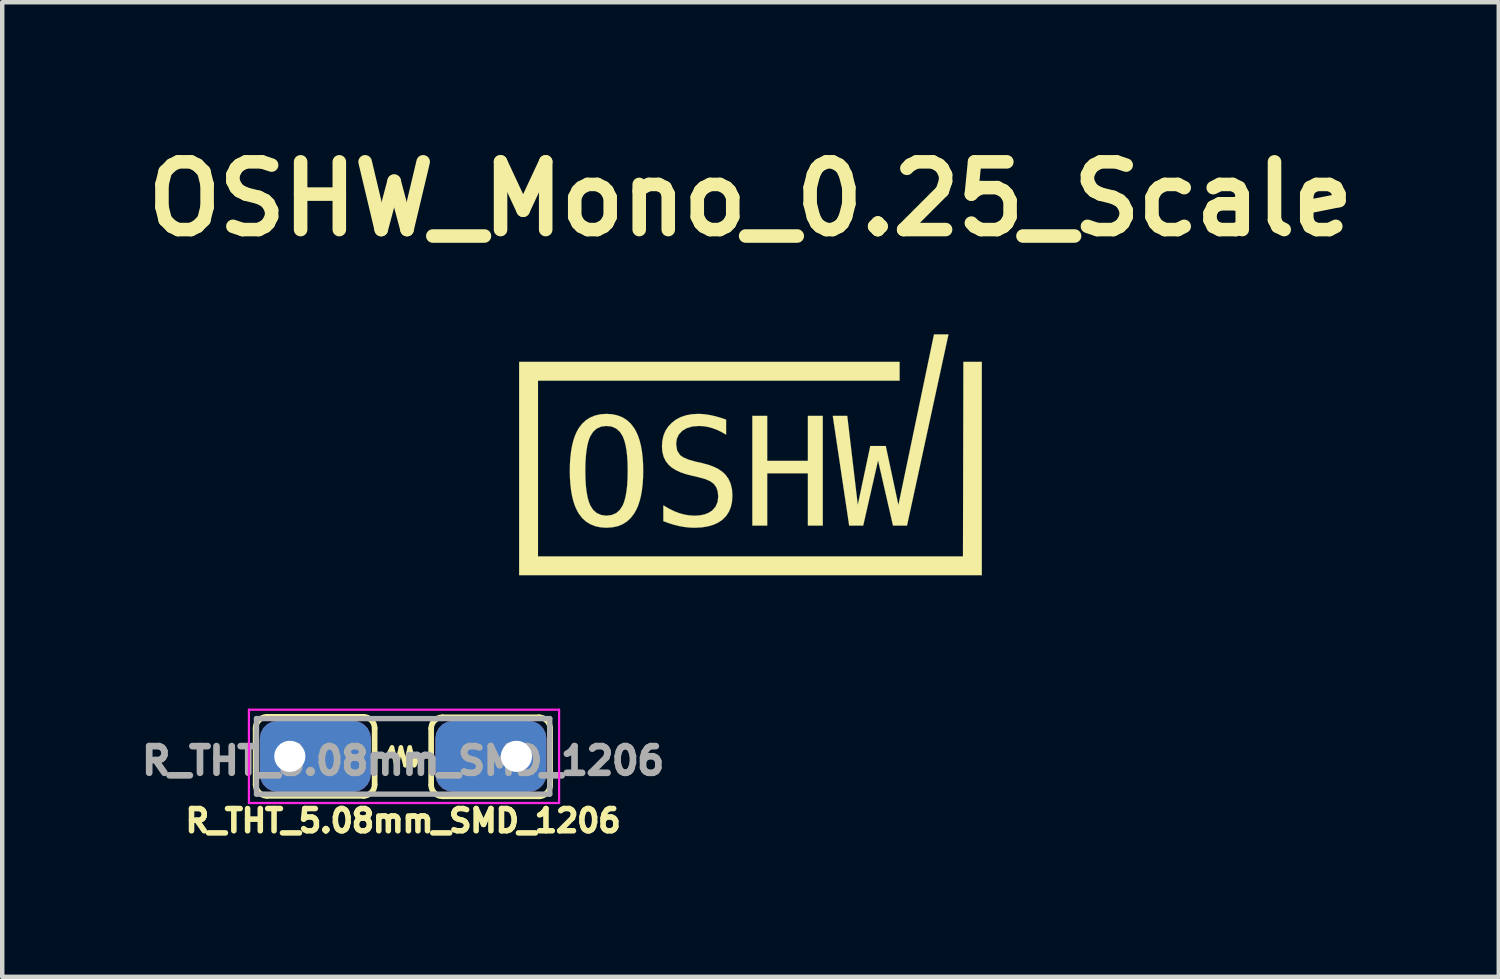
<source format=kicad_pcb>
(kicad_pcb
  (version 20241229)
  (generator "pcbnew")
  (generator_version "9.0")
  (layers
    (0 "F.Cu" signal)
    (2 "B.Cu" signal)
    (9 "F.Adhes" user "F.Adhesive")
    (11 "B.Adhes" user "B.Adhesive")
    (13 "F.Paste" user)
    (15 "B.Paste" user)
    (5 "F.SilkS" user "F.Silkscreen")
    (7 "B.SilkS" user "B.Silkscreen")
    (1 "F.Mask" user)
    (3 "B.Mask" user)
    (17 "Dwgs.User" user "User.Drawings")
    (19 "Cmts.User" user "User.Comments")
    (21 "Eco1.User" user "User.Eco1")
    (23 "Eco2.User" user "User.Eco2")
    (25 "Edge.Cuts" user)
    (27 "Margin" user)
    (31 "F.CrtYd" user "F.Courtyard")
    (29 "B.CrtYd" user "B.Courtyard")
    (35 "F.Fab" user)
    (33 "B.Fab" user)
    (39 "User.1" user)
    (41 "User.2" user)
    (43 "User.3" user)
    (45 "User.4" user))
  (footprint "OSHW_Mono_0.25_Scale"
    (layer "F.Cu")
    (at 13.839 7.185)
    (property "Reference" "OSHW_Mono_0.25_Scale" (at 0 -5.758 0) (layer "F.SilkS") (effects (font (size 1.524 1.524) (thickness 0.305))))
    (attr through_hole)
    (fp_poly (pts (xy 0.042 -0.876) (xy 0.377 -0.876) (xy 0.377 0.136) (xy 1.292 0.136) (xy 1.292 -0.876) (xy 1.627 -0.876) (xy 1.627 1.593) (xy 1.292 1.593) (xy 1.292 0.417) (xy 0.377 0.417) (xy 0.377 1.593) (xy 0.042 1.593) (xy 0.042 -0.876)) (stroke (width 0.003) (type solid)) (fill yes) (layer "F.SilkS"))
    (fp_poly (pts (xy 1.852 -0.876) (xy 2.178 -0.876) (xy 2.415 1.128) (xy 2.696 -0.198) (xy 3.045 -0.198) (xy 3.329 1.132) (xy 4.13 -2.71) (xy 4.456 -2.71) (xy 3.523 1.593) (xy 3.207 1.593) (xy 2.871 0.126) (xy 2.537 1.593) (xy 2.221 1.593) (xy 1.852 -0.876)) (stroke (width 0.003) (type solid)) (fill yes) (layer "F.SilkS"))
    (fp_poly (pts (xy -5.206 -2.092) (xy -5.206 -1.88) (xy -5.206 2.499) (xy -5.206 2.71) (xy -4.994 2.71) (xy 4.994 2.71) (xy 5.206 2.71) (xy 5.206 2.499) (xy 5.206 -2.092) (xy 4.791 -2.092) (xy 4.782 2.287) (xy -4.782 2.287) (xy -4.782 -1.668) (xy 3.356 -1.668) (xy 3.356 -2.092) (xy -4.994 -2.092) (xy -5.206 -2.092)) (stroke (width 0.003) (type solid)) (fill yes) (layer "F.SilkS"))
    (fp_poly (pts (xy -0.549 -0.792) (xy -0.549 -0.453) (xy -0.65 -0.512) (xy -0.752 -0.561) (xy -0.855 -0.6) (xy -0.956 -0.627) (xy -1.059 -0.644) (xy -1.162 -0.649) (xy -1.309 -0.637) (xy -1.433 -0.6) (xy -1.536 -0.539) (xy -1.612 -0.457) (xy -1.658 -0.359) (xy -1.673 -0.243) (xy -1.651 -0.098) (xy -1.584 0.007) (xy -1.506 0.061) (xy -1.394 0.109) (xy -1.247 0.151) (xy -1.071 0.191) (xy -0.94 0.227) (xy -0.824 0.27) (xy -0.722 0.321) (xy -0.636 0.38) (xy -0.565 0.445) (xy -0.496 0.54) (xy -0.446 0.65) (xy -0.416 0.776) (xy -0.407 0.918) (xy -0.415 1.052) (xy -0.441 1.173) (xy -0.485 1.281) (xy -0.546 1.375) (xy -0.625 1.456) (xy -0.72 1.522) (xy -0.831 1.574) (xy -0.958 1.611) (xy -1.101 1.634) (xy -1.26 1.641) (xy -1.376 1.637) (xy -1.492 1.624) (xy -1.609 1.603) (xy -1.726 1.574) (xy -1.843 1.537) (xy -1.961 1.492) (xy -1.961 1.137) (xy -1.837 1.21) (xy -1.717 1.269) (xy -1.602 1.313) (xy -1.488 1.345) (xy -1.374 1.363) (xy -1.26 1.37) (xy -1.14 1.363) (xy -1.035 1.342) (xy -0.944 1.306) (xy -0.866 1.257) (xy -0.788 1.171) (xy -0.741 1.065) (xy -0.726 0.94) (xy -0.737 0.826) (xy -0.769 0.732) (xy -0.823 0.657) (xy -0.903 0.597) (xy -1.015 0.547) (xy -1.159 0.507) (xy -1.338 0.465) (xy -1.468 0.431) (xy -1.583 0.39) (xy -1.682 0.343) (xy -1.767 0.29) (xy -1.837 0.23) (xy -1.905 0.145) (xy -1.954 0.046) (xy -1.983 -0.066) (xy -1.992 -0.191) (xy -1.983 -0.318) (xy -1.957 -0.435) (xy -1.913 -0.541) (xy -1.851 -0.636) (xy -1.771 -0.72) (xy -1.676 -0.793) (xy -1.569 -0.849) (xy -1.45 -0.889) (xy -1.32 -0.913) (xy -1.179 -0.921) (xy -1.082 -0.917) (xy -0.983 -0.906) (xy -0.879 -0.888) (xy -0.773 -0.863) (xy -0.663 -0.831) (xy -0.549 -0.792)) (stroke (width 0.003) (type solid)) (fill yes) (layer "F.SilkS"))
    (fp_poly (pts (xy -2.763 0.361) (xy -2.414 0.361) (xy -2.417 0.517) (xy -2.427 0.663) (xy -2.443 0.799) (xy -2.465 0.924) (xy -2.494 1.039) (xy -2.529 1.144) (xy -2.571 1.239) (xy -2.619 1.323) (xy -2.693 1.42) (xy -2.779 1.5) (xy -2.876 1.562) (xy -2.986 1.606) (xy -3.107 1.632) (xy -3.241 1.641) (xy -3.374 1.632) (xy -3.496 1.606) (xy -3.605 1.562) (xy -3.703 1.501) (xy -3.789 1.422) (xy -3.863 1.325) (xy -3.91 1.241) (xy -3.952 1.146) (xy -3.987 1.041) (xy -4.015 0.926) (xy -4.037 0.8) (xy -4.053 0.664) (xy -4.063 0.518) (xy -4.066 0.361) (xy -4.063 0.204) (xy -4.053 0.058) (xy -4.037 -0.078) (xy -4.015 -0.203) (xy -3.987 -0.319) (xy -3.952 -0.424) (xy -3.91 -0.519) (xy -3.863 -0.603) (xy -3.788 -0.7) (xy -3.702 -0.779) (xy -3.605 -0.841) (xy -3.495 -0.885) (xy -3.374 -0.912) (xy -3.241 -0.921) (xy -3.107 -0.912) (xy -2.986 -0.885) (xy -2.876 -0.841) (xy -2.779 -0.779) (xy -2.693 -0.7) (xy -2.619 -0.603) (xy -2.571 -0.519) (xy -2.529 -0.424) (xy -2.494 -0.319) (xy -2.465 -0.203) (xy -2.443 -0.078) (xy -2.427 0.058) (xy -2.417 0.204) (xy -2.414 0.361) (xy -2.763 0.361) (xy -2.766 0.188) (xy -2.775 0.033) (xy -2.791 -0.105) (xy -2.813 -0.226) (xy -2.841 -0.33) (xy -2.875 -0.416) (xy -2.94 -0.518) (xy -3.022 -0.591) (xy -3.123 -0.635) (xy -3.241 -0.649) (xy -3.359 -0.635) (xy -3.459 -0.591) (xy -3.541 -0.518) (xy -3.606 -0.416) (xy -3.64 -0.33) (xy -3.668 -0.226) (xy -3.689 -0.105) (xy -3.705 0.033) (xy -3.714 0.188) (xy -3.717 0.361) (xy -3.714 0.533) (xy -3.705 0.688) (xy -3.689 0.826) (xy -3.668 0.947) (xy -3.64 1.05) (xy -3.606 1.137) (xy -3.541 1.239) (xy -3.459 1.311) (xy -3.359 1.355) (xy -3.241 1.37) (xy -3.123 1.355) (xy -3.022 1.312) (xy -2.94 1.239) (xy -2.875 1.138) (xy -2.841 1.052) (xy -2.813 0.948) (xy -2.791 0.827) (xy -2.775 0.689) (xy -2.766 0.534) (xy -2.763 0.361)) (stroke (width 0.003) (type solid)) (fill yes) (layer "F.SilkS")))
  (footprint "R_THT_5.08mm_SMD_1206"
    (layer "F.Cu")
    (at 6.022 13.971)
    (property "Reference" "R_THT_5.08mm_SMD_1206" (at 0 1.45 180) (layer "F.SilkS") (effects (font (size 0.5 0.5) (thickness 0.125))))
    (attr through_hole)
    (fp_line (start -3.319 0.635) (end -3.319 -0.635) (stroke (width 0.127) (type solid)) (layer "F.SilkS"))
    (fp_line (start -3.065 -0.889) (end -0.89 -0.889) (stroke (width 0.127) (type solid)) (layer "F.SilkS"))
    (fp_line (start -0.87 0.889) (end -3.065 0.889) (stroke (width 0.127) (type solid)) (layer "F.SilkS"))
    (fp_line (start -0.641 -0.635) (end -0.641 0.635) (stroke (width 0.127) (type solid)) (layer "F.SilkS"))
    (fp_line (start -0.6 0) (end -0.35 0) (stroke (width 0.1) (type solid)) (layer "F.SilkS"))
    (fp_line (start -0.35 0) (end -0.25 -0.2) (stroke (width 0.1) (type solid)) (layer "F.SilkS"))
    (fp_line (start -0.25 -0.2) (end -0.15 0.2) (stroke (width 0.1) (type solid)) (layer "F.SilkS"))
    (fp_line (start -0.15 0.2) (end -0.05 -0.2) (stroke (width 0.1) (type solid)) (layer "F.SilkS"))
    (fp_line (start -0.05 -0.2) (end 0.05 0.2) (stroke (width 0.1) (type solid)) (layer "F.SilkS"))
    (fp_line (start 0.05 0.2) (end 0.15 -0.2) (stroke (width 0.1) (type solid)) (layer "F.SilkS"))
    (fp_line (start 0.15 -0.2) (end 0.25 0.2) (stroke (width 0.1) (type solid)) (layer "F.SilkS"))
    (fp_line (start 0.25 0.2) (end 0.35 0) (stroke (width 0.1) (type solid)) (layer "F.SilkS"))
    (fp_line (start 0.35 0) (end 0.6 0) (stroke (width 0.1) (type solid)) (layer "F.SilkS"))
    (fp_line (start 0.631 0.645) (end 0.631 -0.625) (stroke (width 0.127) (type solid)) (layer "F.SilkS"))
    (fp_line (start 0.885 -0.879) (end 3.06 -0.879) (stroke (width 0.127) (type solid)) (layer "F.SilkS"))
    (fp_line (start 3.08 0.899) (end 0.885 0.899) (stroke (width 0.127) (type solid)) (layer "F.SilkS"))
    (fp_line (start 3.309 -0.625) (end 3.309 0.645) (stroke (width 0.127) (type solid)) (layer "F.SilkS"))
    (fp_arc (start -3.319 -0.635) (mid -3.244605 -0.814605) (end -3.065 -0.889) (stroke (width 0.127) (type solid)) (layer "F.SilkS"))
    (fp_arc (start -3.065 0.889) (mid -3.244605 0.814605) (end -3.319 0.635) (stroke (width 0.127) (type solid)) (layer "F.SilkS"))
    (fp_arc (start -0.895 -0.889) (mid -0.715395 -0.814605) (end -0.641 -0.635) (stroke (width 0.127) (type solid)) (layer "F.SilkS"))
    (fp_arc (start -0.641 0.635) (mid -0.715395 0.814605) (end -0.895 0.889) (stroke (width 0.127) (type solid)) (layer "F.SilkS"))
    (fp_arc (start 0.631 -0.625) (mid 0.705395 -0.804605) (end 0.885 -0.879) (stroke (width 0.127) (type solid)) (layer "F.SilkS"))
    (fp_arc (start 0.885 0.899) (mid 0.705395 0.824605) (end 0.631 0.645) (stroke (width 0.127) (type solid)) (layer "F.SilkS"))
    (fp_arc (start 3.055 -0.879) (mid 3.234605 -0.804605) (end 3.309 -0.625) (stroke (width 0.127) (type solid)) (layer "F.SilkS"))
    (fp_arc (start 3.309 0.645) (mid 3.234605 0.824605) (end 3.055 0.899) (stroke (width 0.127) (type solid)) (layer "F.SilkS"))
    (fp_line (start -3.47 -1.05) (end -3.47 1.05) (stroke (width 0.05) (type solid)) (layer "F.CrtYd"))
    (fp_line (start -3.47 1.05) (end 3.51 1.05) (stroke (width 0.05) (type solid)) (layer "F.CrtYd"))
    (fp_line (start 3.51 -1.05) (end -3.47 -1.05) (stroke (width 0.05) (type solid)) (layer "F.CrtYd"))
    (fp_line (start 3.51 1.05) (end 3.51 -1.05) (stroke (width 0.05) (type solid)) (layer "F.CrtYd"))
    (fp_line (start -3.3 -0.85) (end 3.3 -0.85) (stroke (width 0.12) (type solid)) (layer "F.Fab"))
    (fp_line (start -3.3 0.85) (end -3.3 -0.85) (stroke (width 0.12) (type solid)) (layer "F.Fab"))
    (fp_line (start 3.3 -0.85) (end 3.3 0.85) (stroke (width 0.12) (type solid)) (layer "F.Fab"))
    (fp_line (start 3.3 0.85) (end -3.3 0.85) (stroke (width 0.12) (type solid)) (layer "F.Fab"))
    (fp_text user "${REFERENCE}" (at 0 0.1 0) (layer "F.Fab") (effects (font (size 0.6 0.6) (thickness 0.15))))
    (pad "1" thru_hole roundrect (at -2.55 0) (size 2.5 1.6) (drill 0.7 (offset 0.575 0)) (layers "*.Cu" "*.Mask") (roundrect_rratio 0.25))
    (pad "2" thru_hole roundrect (at 2.55 0) (size 2.5 1.6) (drill 0.7 (offset -0.575 0)) (layers "*.Cu" "*.Mask") (roundrect_rratio 0.25)))
  (gr_rect
    (start -3 -3)
    (end 30.679 18.933)
    (stroke (width 0.1) (type default))
    (fill no)
    (layer "Edge.Cuts")))
</source>
